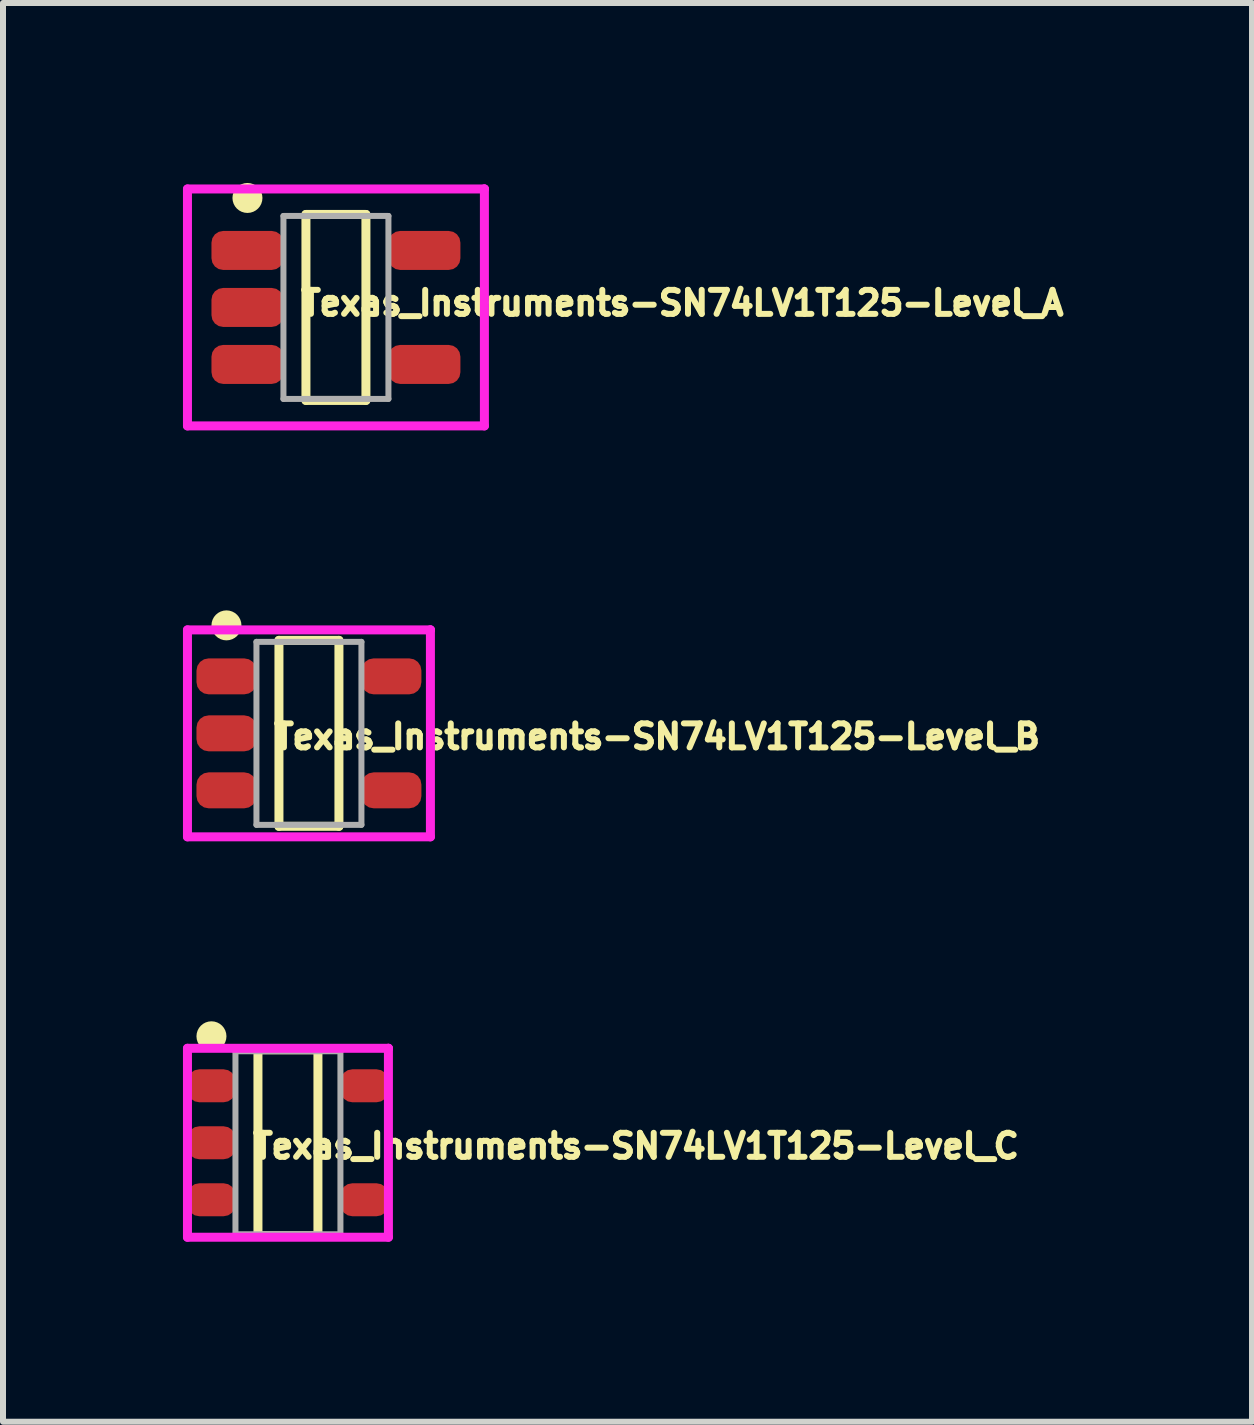
<source format=kicad_pcb>
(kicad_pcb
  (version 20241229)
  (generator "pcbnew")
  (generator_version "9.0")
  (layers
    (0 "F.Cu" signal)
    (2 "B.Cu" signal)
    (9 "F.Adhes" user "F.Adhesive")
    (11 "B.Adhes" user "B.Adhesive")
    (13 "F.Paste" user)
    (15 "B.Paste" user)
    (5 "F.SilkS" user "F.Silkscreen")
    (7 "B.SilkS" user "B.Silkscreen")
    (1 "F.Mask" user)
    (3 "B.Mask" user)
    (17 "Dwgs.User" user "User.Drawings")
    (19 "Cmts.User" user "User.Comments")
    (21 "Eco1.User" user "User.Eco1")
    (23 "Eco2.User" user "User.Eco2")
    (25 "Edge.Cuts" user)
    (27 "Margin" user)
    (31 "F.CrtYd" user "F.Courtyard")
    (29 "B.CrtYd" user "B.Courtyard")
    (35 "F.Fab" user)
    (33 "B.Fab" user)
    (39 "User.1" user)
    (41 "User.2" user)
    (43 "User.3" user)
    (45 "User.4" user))
  (footprint "Texas_Instruments-SN74LV1T125-Level_A"
    (layer "F.Cu")
    (at 2.55 2.075)
    (property "Reference" "Texas_Instruments-SN74LV1T125-Level_A" (at -0.635 -0.073 0) (layer "F.SilkS") (effects (font (size 0.4 0.4) (thickness 0.15)) (justify left)))
    (attr through_hole)
    (fp_line (start -0.5 -1.55) (end 0.5 -1.55) (stroke (width 0.15) (type solid)) (layer "F.SilkS"))
    (fp_line (start -0.5 1.55) (end -0.5 -1.55) (stroke (width 0.15) (type solid)) (layer "F.SilkS"))
    (fp_line (start -0.5 1.55) (end 0.5 1.55) (stroke (width 0.15) (type solid)) (layer "F.SilkS"))
    (fp_line (start 0.5 1.55) (end 0.5 -1.55) (stroke (width 0.15) (type solid)) (layer "F.SilkS"))
    (fp_circle (center -1.475 -1.825) (end -1.35 -1.825) (stroke (width 0.25) (type solid)) (fill no) (layer "F.SilkS"))
    (fp_line (start -2.475 -1.975) (end -2.475 1.975) (stroke (width 0.15) (type solid)) (layer "F.CrtYd"))
    (fp_line (start -2.475 1.975) (end 2.475 1.975) (stroke (width 0.15) (type solid)) (layer "F.CrtYd"))
    (fp_line (start 2.475 -1.975) (end -2.475 -1.975) (stroke (width 0.15) (type solid)) (layer "F.CrtYd"))
    (fp_line (start 2.475 -1.975) (end 2.475 -1.975) (stroke (width 0.15) (type solid)) (layer "F.CrtYd"))
    (fp_line (start 2.475 1.975) (end 2.475 -1.975) (stroke (width 0.15) (type solid)) (layer "F.CrtYd"))
    (fp_line (start -0.875 -1.525) (end 0.875 -1.525) (stroke (width 0.1) (type solid)) (layer "F.Fab"))
    (fp_line (start -0.875 1.525) (end -0.875 -1.525) (stroke (width 0.1) (type solid)) (layer "F.Fab"))
    (fp_line (start -0.875 1.525) (end 0.875 1.525) (stroke (width 0.1) (type solid)) (layer "F.Fab"))
    (fp_line (start 0.875 1.525) (end 0.875 -1.525) (stroke (width 0.1) (type solid)) (layer "F.Fab"))
    (pad "1" smd roundrect (at -1.475 -0.95 270) (size 0.65 1.2) (layers "F.Cu" "F.Mask" "F.Paste") (roundrect_rratio 0.3))
    (pad "2" smd roundrect (at -1.475 -0.000001 270) (size 0.65 1.2) (layers "F.Cu" "F.Mask" "F.Paste") (roundrect_rratio 0.3))
    (pad "3" smd roundrect (at -1.475 0.95 270) (size 0.65 1.2) (layers "F.Cu" "F.Mask" "F.Paste") (roundrect_rratio 0.3))
    (pad "4" smd roundrect (at 1.475 0.95 270) (size 0.65 1.2) (layers "F.Cu" "F.Mask" "F.Paste") (roundrect_rratio 0.3))
    (pad "5" smd roundrect (at 1.475 -0.95 270) (size 0.65 1.2) (layers "F.Cu" "F.Mask" "F.Paste") (roundrect_rratio 0.3)))
  (footprint "Texas_Instruments-SN74LV1T125-Level_C"
    (layer "F.Cu")
    (at 1.75 16)
    (property "Reference" "Texas_Instruments-SN74LV1T125-Level_C" (at -0.635 0.054 0) (layer "F.SilkS") (effects (font (size 0.4 0.4) (thickness 0.15)) (justify left)))
    (attr through_hole)
    (fp_line (start -0.5 -1.55) (end 0.5 -1.55) (stroke (width 0.15) (type solid)) (layer "F.SilkS"))
    (fp_line (start -0.5 1.55) (end -0.5 -1.55) (stroke (width 0.15) (type solid)) (layer "F.SilkS"))
    (fp_line (start -0.5 1.55) (end 0.5 1.55) (stroke (width 0.15) (type solid)) (layer "F.SilkS"))
    (fp_line (start 0.5 1.55) (end 0.5 -1.55) (stroke (width 0.15) (type solid)) (layer "F.SilkS"))
    (fp_circle (center -1.275 -1.775) (end -1.15 -1.775) (stroke (width 0.25) (type solid)) (fill no) (layer "F.SilkS"))
    (fp_line (start -1.675 -1.575) (end -1.675 1.575) (stroke (width 0.15) (type solid)) (layer "F.CrtYd"))
    (fp_line (start -1.675 1.575) (end 1.675 1.575) (stroke (width 0.15) (type solid)) (layer "F.CrtYd"))
    (fp_line (start 1.675 -1.575) (end -1.675 -1.575) (stroke (width 0.15) (type solid)) (layer "F.CrtYd"))
    (fp_line (start 1.675 -1.575) (end 1.675 -1.575) (stroke (width 0.15) (type solid)) (layer "F.CrtYd"))
    (fp_line (start 1.675 1.575) (end 1.675 -1.575) (stroke (width 0.15) (type solid)) (layer "F.CrtYd"))
    (fp_line (start -0.875 -1.525) (end 0.875 -1.525) (stroke (width 0.1) (type solid)) (layer "F.Fab"))
    (fp_line (start -0.875 1.525) (end -0.875 -1.525) (stroke (width 0.1) (type solid)) (layer "F.Fab"))
    (fp_line (start -0.875 1.525) (end 0.875 1.525) (stroke (width 0.1) (type solid)) (layer "F.Fab"))
    (fp_line (start 0.875 1.525) (end 0.875 -1.525) (stroke (width 0.1) (type solid)) (layer "F.Fab"))
    (pad "1" smd roundrect (at -1.275 -0.95 270) (size 0.55 0.8) (layers "F.Cu" "F.Mask" "F.Paste") (roundrect_rratio 0.36))
    (pad "2" smd roundrect (at -1.275 -0.000001 270) (size 0.55 0.8) (layers "F.Cu" "F.Mask" "F.Paste") (roundrect_rratio 0.36))
    (pad "3" smd roundrect (at -1.275 0.95 270) (size 0.55 0.8) (layers "F.Cu" "F.Mask" "F.Paste") (roundrect_rratio 0.36))
    (pad "4" smd roundrect (at 1.275 0.95 270) (size 0.55 0.8) (layers "F.Cu" "F.Mask" "F.Paste") (roundrect_rratio 0.36))
    (pad "5" smd roundrect (at 1.275 -0.95 270) (size 0.55 0.8) (layers "F.Cu" "F.Mask" "F.Paste") (roundrect_rratio 0.36)))
  (footprint "Texas_Instruments-SN74LV1T125-Level_B"
    (layer "F.Cu")
    (at 2.1 9.175)
    (property "Reference" "Texas_Instruments-SN74LV1T125-Level_B" (at -0.635 0.054 0) (layer "F.SilkS") (effects (font (size 0.4 0.4) (thickness 0.15)) (justify left)))
    (attr through_hole)
    (fp_line (start -0.5 -1.55) (end 0.5 -1.55) (stroke (width 0.15) (type solid)) (layer "F.SilkS"))
    (fp_line (start -0.5 1.55) (end -0.5 -1.55) (stroke (width 0.15) (type solid)) (layer "F.SilkS"))
    (fp_line (start -0.5 1.55) (end 0.5 1.55) (stroke (width 0.15) (type solid)) (layer "F.SilkS"))
    (fp_line (start 0.5 1.55) (end 0.5 -1.55) (stroke (width 0.15) (type solid)) (layer "F.SilkS"))
    (fp_circle (center -1.375 -1.8) (end -1.25 -1.8) (stroke (width 0.25) (type solid)) (fill no) (layer "F.SilkS"))
    (fp_line (start -2.025 -1.725) (end -2.025 1.725) (stroke (width 0.15) (type solid)) (layer "F.CrtYd"))
    (fp_line (start -2.025 1.725) (end 2.025 1.725) (stroke (width 0.15) (type solid)) (layer "F.CrtYd"))
    (fp_line (start 2.025 -1.725) (end -2.025 -1.725) (stroke (width 0.15) (type solid)) (layer "F.CrtYd"))
    (fp_line (start 2.025 -1.725) (end 2.025 -1.725) (stroke (width 0.15) (type solid)) (layer "F.CrtYd"))
    (fp_line (start 2.025 1.725) (end 2.025 -1.725) (stroke (width 0.15) (type solid)) (layer "F.CrtYd"))
    (fp_line (start -0.875 -1.525) (end 0.875 -1.525) (stroke (width 0.1) (type solid)) (layer "F.Fab"))
    (fp_line (start -0.875 1.525) (end -0.875 -1.525) (stroke (width 0.1) (type solid)) (layer "F.Fab"))
    (fp_line (start -0.875 1.525) (end 0.875 1.525) (stroke (width 0.1) (type solid)) (layer "F.Fab"))
    (fp_line (start 0.875 1.525) (end 0.875 -1.525) (stroke (width 0.1) (type solid)) (layer "F.Fab"))
    (pad "1" smd roundrect (at -1.375 -0.95 270) (size 0.6 1) (layers "F.Cu" "F.Mask" "F.Paste") (roundrect_rratio 0.34))
    (pad "2" smd roundrect (at -1.375 -0.000001 270) (size 0.6 1) (layers "F.Cu" "F.Mask" "F.Paste") (roundrect_rratio 0.34))
    (pad "3" smd roundrect (at -1.375 0.95 270) (size 0.6 1) (layers "F.Cu" "F.Mask" "F.Paste") (roundrect_rratio 0.34))
    (pad "4" smd roundrect (at 1.375 0.95 270) (size 0.6 1) (layers "F.Cu" "F.Mask" "F.Paste") (roundrect_rratio 0.34))
    (pad "5" smd roundrect (at 1.375 -0.95 270) (size 0.6 1) (layers "F.Cu" "F.Mask" "F.Paste") (roundrect_rratio 0.34)))
  (gr_rect
    (start -3 -3)
    (end 17.821 20.65)
    (stroke (width 0.1) (type default))
    (fill no)
    (layer "Edge.Cuts")))
</source>
